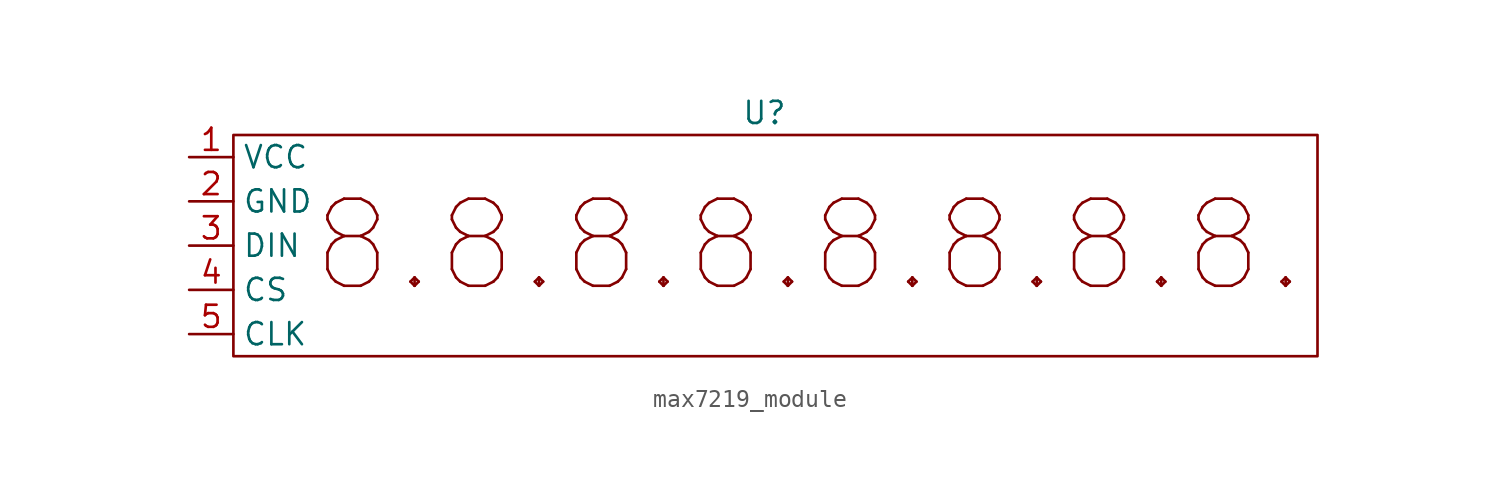
<source format=kicad_sym>
(kicad_symbol_lib
  (version 20220914)
  (generator kicad_symbol_editor)
  (symbol "max7219_module"
    (property "Reference" "U"
      (at 0 6.35 0)
      (effects (font (size 1.27 1.27))))
    (property "Value" ""
      (at -26.67 2.54 0)
      (effects (font (size 1.27 1.27))))
    (symbol "max7219_module_0_1"
      (rectangle (start -30.48 5.08) (end 31.75 -7.62) (stroke (width 0) (type default)) (fill (type none)))
      (text "8.8.8.8.8.8.8.8." (at 2.54 -1.27 0) (effects (font (size 5 5)))))
    (symbol "max7219_module_1_1"
      (pin power_in line (at -33.02 3.81 0) (length 2.54) (name "VCC" (effects (font (size 1.27 1.27)))) (number "1" (effects (font (size 1.27 1.27)))))
      (pin power_in line (at -33.02 1.27 0) (length 2.54) (name "GND" (effects (font (size 1.27 1.27)))) (number "2" (effects (font (size 1.27 1.27)))))
      (pin input line (at -33.02 -1.27 0) (length 2.54) (name "DIN" (effects (font (size 1.27 1.27)))) (number "3" (effects (font (size 1.27 1.27)))))
      (pin input line (at -33.02 -3.81 0) (length 2.54) (name "CS" (effects (font (size 1.27 1.27)))) (number "4" (effects (font (size 1.27 1.27)))))
      (pin input line (at -33.02 -6.35 0) (length 2.54) (name "CLK" (effects (font (size 1.27 1.27)))) (number "5" (effects (font (size 1.27 1.27))))))))
</source>
